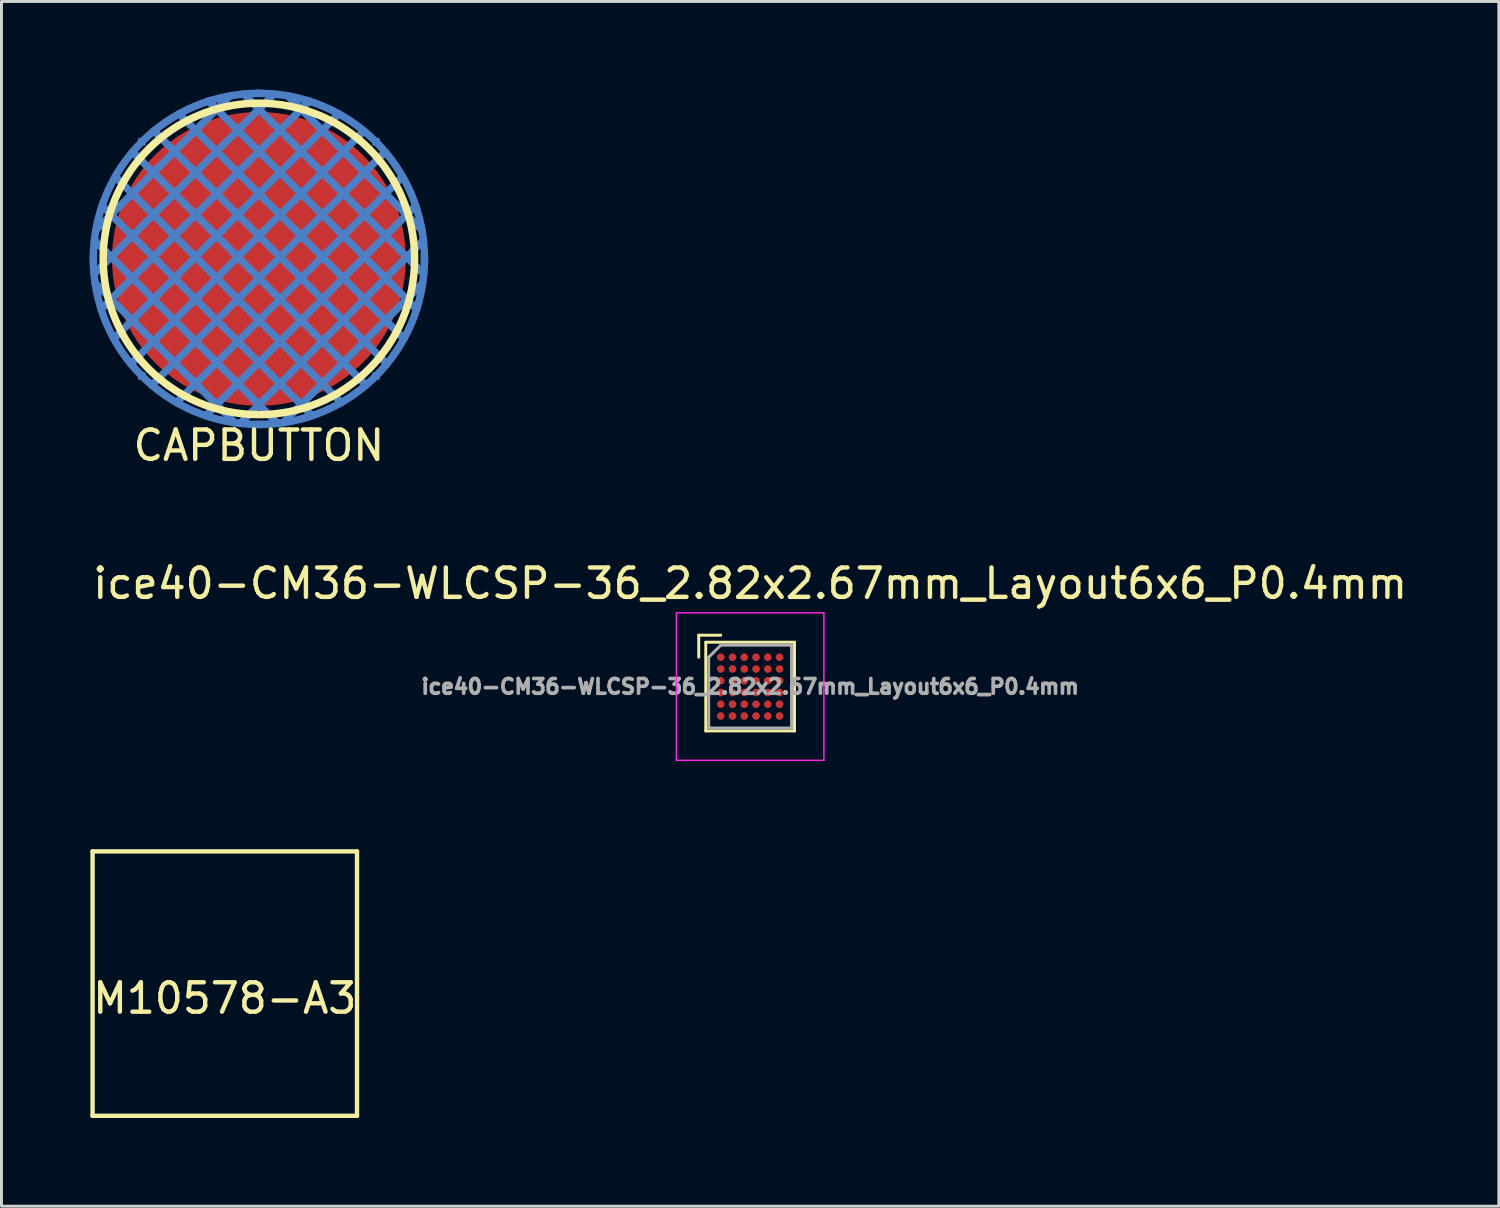
<source format=kicad_pcb>
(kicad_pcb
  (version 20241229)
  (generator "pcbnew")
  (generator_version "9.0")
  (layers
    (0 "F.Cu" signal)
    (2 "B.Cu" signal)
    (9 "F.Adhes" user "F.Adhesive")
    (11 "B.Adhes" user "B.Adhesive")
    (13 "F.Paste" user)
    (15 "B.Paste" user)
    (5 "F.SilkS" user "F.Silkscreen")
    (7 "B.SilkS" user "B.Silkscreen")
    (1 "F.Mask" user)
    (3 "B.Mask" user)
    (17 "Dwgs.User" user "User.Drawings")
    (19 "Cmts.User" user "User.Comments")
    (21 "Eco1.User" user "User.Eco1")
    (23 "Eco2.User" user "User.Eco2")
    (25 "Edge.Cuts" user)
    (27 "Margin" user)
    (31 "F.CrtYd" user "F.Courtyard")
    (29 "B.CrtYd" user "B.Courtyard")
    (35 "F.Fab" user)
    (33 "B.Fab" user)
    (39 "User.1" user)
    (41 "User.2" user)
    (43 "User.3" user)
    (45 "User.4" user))
  (footprint "M10578-A3"
    (layer "F.Cu")
    (at 4.601 30.428)
    (property "Reference" "M10578-A3" (at 0 0.5 0) (layer "F.SilkS") (effects (font (size 1 1) (thickness 0.15))))
    (attr through_hole)
    (fp_line (start -4.5 -4.5) (end -4.5 4.5) (stroke (width 0.15) (type solid)) (layer "F.SilkS"))
    (fp_line (start -4.5 4.5) (end 4.5 4.5) (stroke (width 0.15) (type solid)) (layer "F.SilkS"))
    (fp_line (start 4.5 -4.5) (end -4.5 -4.5) (stroke (width 0.15) (type solid)) (layer "F.SilkS"))
    (fp_line (start 4.5 4.5) (end 4.5 -4.5) (stroke (width 0.15) (type solid)) (layer "F.SilkS")))
  (footprint "CAPBUTTON"
    (layer "F.Cu")
    (at 5.762 5.762)
    (property "Reference" "CAPBUTTON" (at 0 6.35 0) (layer "F.SilkS") (effects (font (size 1 1) (thickness 0.15))))
    (attr through_hole)
    (fp_line (start -5.611 0.516) (end 0.516 -5.611) (stroke (width 0.254) (type solid)) (layer "B.Cu"))
    (fp_line (start -5.548 -0.984) (end -0.984 -5.548) (stroke (width 0.254) (type solid)) (layer "B.Cu"))
    (fp_line (start -5.369 1.711) (end 1.711 -5.369) (stroke (width 0.254) (type solid)) (layer "B.Cu"))
    (fp_line (start -4.937 2.716) (end 2.716 -4.937) (stroke (width 0.254) (type solid)) (layer "B.Cu"))
    (fp_line (start -4.358 3.573) (end 3.573 -4.358) (stroke (width 0.254) (type solid)) (layer "B.Cu"))
    (fp_line (start -3.645 4.297) (end 4.297 -3.645) (stroke (width 0.254) (type solid)) (layer "B.Cu"))
    (fp_line (start -2.801 4.89) (end 4.89 -2.801) (stroke (width 0.254) (type solid)) (layer "B.Cu"))
    (fp_line (start -1.811 5.336) (end 5.336 -1.811) (stroke (width 0.254) (type solid)) (layer "B.Cu"))
    (fp_line (start -0.825 5.574) (end -5.574 0.825) (stroke (width 0.254) (type solid)) (layer "B.Cu"))
    (fp_line (start -0.636 5.599) (end 5.599 -0.636) (stroke (width 0.254) (type solid)) (layer "B.Cu"))
    (fp_line (start 0.636 5.599) (end -5.599 -0.636) (stroke (width 0.254) (type solid)) (layer "B.Cu"))
    (fp_line (start 0.825 5.574) (end 5.574 0.825) (stroke (width 0.254) (type solid)) (layer "B.Cu"))
    (fp_line (start 1.811 5.336) (end -5.336 -1.811) (stroke (width 0.254) (type solid)) (layer "B.Cu"))
    (fp_line (start 2.801 4.89) (end -4.89 -2.801) (stroke (width 0.254) (type solid)) (layer "B.Cu"))
    (fp_line (start 3.645 4.297) (end -4.297 -3.645) (stroke (width 0.254) (type solid)) (layer "B.Cu"))
    (fp_line (start 4.358 3.573) (end -3.573 -4.358) (stroke (width 0.254) (type solid)) (layer "B.Cu"))
    (fp_line (start 4.937 2.716) (end -2.716 -4.937) (stroke (width 0.254) (type solid)) (layer "B.Cu"))
    (fp_line (start 5.369 1.711) (end -1.711 -5.369) (stroke (width 0.254) (type solid)) (layer "B.Cu"))
    (fp_line (start 5.548 -0.984) (end 0.984 -5.548) (stroke (width 0.254) (type solid)) (layer "B.Cu"))
    (fp_line (start 5.611 0.516) (end -0.516 -5.611) (stroke (width 0.254) (type solid)) (layer "B.Cu"))
    (fp_circle (center 0 0) (end -5.635 0) (stroke (width 0.254) (type solid)) (fill no) (layer "B.Cu"))
    (fp_circle (center 0 0) (end -5.3 0) (stroke (width 0.254) (type solid)) (fill no) (layer "F.SilkS"))
    (pad "1" smd circle (at 0 0) (size 10 10) (layers "F.Cu"))
    (pad "2" smd rect (at -5.635 0) (size 0.254 0.254) (layers "B.Cu"))
    (pad "2" smd rect (at -3.985 -3.985) (size 0.254 0.254) (layers "B.Cu"))
    (pad "2" smd rect (at -3.985 3.985) (size 0.254 0.254) (layers "B.Cu"))
    (pad "2" smd rect (at 0 -5.635) (size 0.254 0.254) (layers "B.Cu"))
    (pad "2" smd rect (at 0 5.635) (size 0.254 0.254) (layers "B.Cu"))
    (pad "2" smd rect (at 3.985 -3.985) (size 0.254 0.254) (layers "B.Cu"))
    (pad "2" smd rect (at 3.985 3.985) (size 0.254 0.254) (layers "B.Cu"))
    (pad "2" smd rect (at 5.635 0) (size 0.254 0.254) (layers "B.Cu")))
  (footprint "ice40-CM36-WLCSP-36_2.82x2.67mm_Layout6x6_P0.4mm"
    (layer "F.Cu")
    (at 22.482 20.319)
    (property "Reference" "ice40-CM36-WLCSP-36_2.82x2.67mm_Layout6x6_P0.4mm" (at 0 -3.51 0) (layer "F.SilkS") (effects (font (size 1 1) (thickness 0.15))))
    (attr smd)
    (fp_line (start -1.75 -1) (end -1.75 -1.75) (stroke (width 0.1) (type solid)) (layer "F.SilkS"))
    (fp_line (start -1.51 -1.51) (end 1.51 -1.51) (stroke (width 0.1) (type solid)) (layer "F.SilkS"))
    (fp_line (start -1.51 1.51) (end -1.51 -1.51) (stroke (width 0.1) (type solid)) (layer "F.SilkS"))
    (fp_line (start -1.51 1.51) (end 1.51 1.51) (stroke (width 0.1) (type solid)) (layer "F.SilkS"))
    (fp_line (start -1 -1.75) (end -1.75 -1.75) (stroke (width 0.1) (type solid)) (layer "F.SilkS"))
    (fp_line (start 1.51 1.51) (end 1.51 -1.51) (stroke (width 0.1) (type solid)) (layer "F.SilkS"))
    (fp_line (start -2.51 -2.51) (end 2.51 -2.51) (stroke (width 0.05) (type solid)) (layer "F.CrtYd"))
    (fp_line (start -2.51 2.51) (end -2.51 -2.51) (stroke (width 0.05) (type solid)) (layer "F.CrtYd"))
    (fp_line (start -2.51 2.51) (end 2.51 2.51) (stroke (width 0.05) (type solid)) (layer "F.CrtYd"))
    (fp_line (start 2.51 2.51) (end 2.51 -2.51) (stroke (width 0.05) (type solid)) (layer "F.CrtYd"))
    (fp_line (start -1.41 -1) (end -1 -1.41) (stroke (width 0.1) (type solid)) (layer "F.Fab"))
    (fp_line (start -1.41 1.41) (end -1.41 -1) (stroke (width 0.1) (type solid)) (layer "F.Fab"))
    (fp_line (start -1.41 1.41) (end 1.41 1.41) (stroke (width 0.1) (type solid)) (layer "F.Fab"))
    (fp_line (start -1 -1.41) (end 1.41 -1.41) (stroke (width 0.1) (type solid)) (layer "F.Fab"))
    (fp_line (start 1.41 1.41) (end 1.41 -1.41) (stroke (width 0.1) (type solid)) (layer "F.Fab"))
    (fp_text user "${REFERENCE}" (at 0 0 0) (layer "F.Fab") (effects (font (size 0.5 0.5) (thickness 0.125))))
    (pad "A1" smd circle (at -1 -1) (size 0.26 0.26) (layers "F.Cu" "F.Mask" "F.Paste"))
    (pad "A2" smd circle (at -0.6 -1) (size 0.26 0.26) (layers "F.Cu" "F.Mask" "F.Paste"))
    (pad "A3" smd circle (at -0.2 -1) (size 0.26 0.26) (layers "F.Cu" "F.Mask" "F.Paste"))
    (pad "A4" smd circle (at 0.2 -1) (size 0.26 0.26) (layers "F.Cu" "F.Mask" "F.Paste"))
    (pad "A5" smd circle (at 0.6 -1) (size 0.26 0.26) (layers "F.Cu" "F.Mask" "F.Paste"))
    (pad "A6" smd circle (at 1 -1) (size 0.26 0.26) (layers "F.Cu" "F.Mask" "F.Paste"))
    (pad "B1" smd circle (at -1 -0.6) (size 0.26 0.26) (layers "F.Cu" "F.Mask" "F.Paste"))
    (pad "B2" smd circle (at -0.6 -0.6) (size 0.26 0.26) (layers "F.Cu" "F.Mask" "F.Paste"))
    (pad "B3" smd circle (at -0.2 -0.6) (size 0.26 0.26) (layers "F.Cu" "F.Mask" "F.Paste"))
    (pad "B4" smd circle (at 0.2 -0.6) (size 0.26 0.26) (layers "F.Cu" "F.Mask" "F.Paste"))
    (pad "B5" smd circle (at 0.6 -0.6) (size 0.26 0.26) (layers "F.Cu" "F.Mask" "F.Paste"))
    (pad "B6" smd circle (at 1 -0.6) (size 0.26 0.26) (layers "F.Cu" "F.Mask" "F.Paste"))
    (pad "C1" smd circle (at -1 -0.2) (size 0.26 0.26) (layers "F.Cu" "F.Mask" "F.Paste"))
    (pad "C2" smd circle (at -0.6 -0.2) (size 0.26 0.26) (layers "F.Cu" "F.Mask" "F.Paste"))
    (pad "C3" smd circle (at -0.2 -0.2) (size 0.26 0.26) (layers "F.Cu" "F.Mask" "F.Paste"))
    (pad "C4" smd circle (at 0.2 -0.2) (size 0.26 0.26) (layers "F.Cu" "F.Mask" "F.Paste"))
    (pad "C5" smd circle (at 0.6 -0.2) (size 0.26 0.26) (layers "F.Cu" "F.Mask" "F.Paste"))
    (pad "C6" smd circle (at 1 -0.2) (size 0.26 0.26) (layers "F.Cu" "F.Mask" "F.Paste"))
    (pad "D1" smd circle (at -1 0.2) (size 0.26 0.26) (layers "F.Cu" "F.Mask" "F.Paste"))
    (pad "D2" smd circle (at -0.6 0.2) (size 0.26 0.26) (layers "F.Cu" "F.Mask" "F.Paste"))
    (pad "D3" smd circle (at -0.2 0.2) (size 0.26 0.26) (layers "F.Cu" "F.Mask" "F.Paste"))
    (pad "D4" smd circle (at 0.2 0.2) (size 0.26 0.26) (layers "F.Cu" "F.Mask" "F.Paste"))
    (pad "D5" smd circle (at 0.6 0.2) (size 0.26 0.26) (layers "F.Cu" "F.Mask" "F.Paste"))
    (pad "D6" smd circle (at 1 0.2) (size 0.26 0.26) (layers "F.Cu" "F.Mask" "F.Paste"))
    (pad "E1" smd circle (at -1 0.6) (size 0.26 0.26) (layers "F.Cu" "F.Mask" "F.Paste"))
    (pad "E2" smd circle (at -0.6 0.6) (size 0.26 0.26) (layers "F.Cu" "F.Mask" "F.Paste"))
    (pad "E3" smd circle (at -0.2 0.6) (size 0.26 0.26) (layers "F.Cu" "F.Mask" "F.Paste"))
    (pad "E4" smd circle (at 0.2 0.6) (size 0.26 0.26) (layers "F.Cu" "F.Mask" "F.Paste"))
    (pad "E5" smd circle (at 0.6 0.6) (size 0.26 0.26) (layers "F.Cu" "F.Mask" "F.Paste"))
    (pad "E6" smd circle (at 1 0.6) (size 0.26 0.26) (layers "F.Cu" "F.Mask" "F.Paste"))
    (pad "F1" smd circle (at -1 1) (size 0.26 0.26) (layers "F.Cu" "F.Mask" "F.Paste"))
    (pad "F2" smd circle (at -0.6 1) (size 0.26 0.26) (layers "F.Cu" "F.Mask" "F.Paste"))
    (pad "F3" smd circle (at -0.2 1) (size 0.26 0.26) (layers "F.Cu" "F.Mask" "F.Paste"))
    (pad "F4" smd circle (at 0.2 1) (size 0.26 0.26) (layers "F.Cu" "F.Mask" "F.Paste"))
    (pad "F5" smd circle (at 0.6 1) (size 0.26 0.26) (layers "F.Cu" "F.Mask" "F.Paste"))
    (pad "F6" smd circle (at 1 1) (size 0.26 0.26) (layers "F.Cu" "F.Mask" "F.Paste")))
  (gr_rect
    (start -3 -3)
    (end 47.964 38.004)
    (stroke (width 0.1) (type default))
    (fill no)
    (layer "Edge.Cuts")))
</source>
